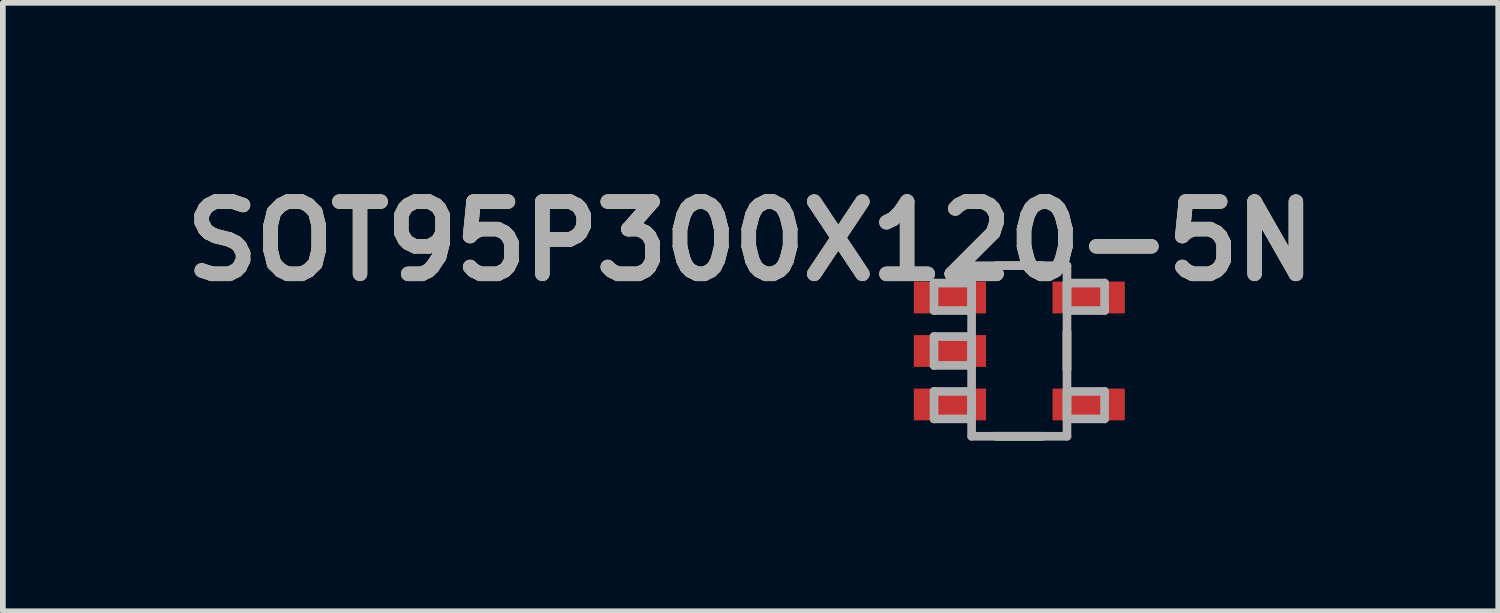
<source format=kicad_pcb>
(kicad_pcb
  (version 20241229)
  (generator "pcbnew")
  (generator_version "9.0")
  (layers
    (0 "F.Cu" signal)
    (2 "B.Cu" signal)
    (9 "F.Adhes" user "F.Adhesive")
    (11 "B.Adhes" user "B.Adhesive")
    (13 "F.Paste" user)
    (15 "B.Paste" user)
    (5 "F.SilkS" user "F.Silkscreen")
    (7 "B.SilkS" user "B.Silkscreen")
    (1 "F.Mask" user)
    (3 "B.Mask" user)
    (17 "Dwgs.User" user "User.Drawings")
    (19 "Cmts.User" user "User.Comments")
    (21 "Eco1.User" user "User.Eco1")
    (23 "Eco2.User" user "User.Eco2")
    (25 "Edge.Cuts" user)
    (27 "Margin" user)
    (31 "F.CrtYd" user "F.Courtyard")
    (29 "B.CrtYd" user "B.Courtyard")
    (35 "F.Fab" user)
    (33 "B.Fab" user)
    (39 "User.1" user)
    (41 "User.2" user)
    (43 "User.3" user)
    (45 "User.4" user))
  (footprint "SOT95P300X120-5N"
    (layer "F.Cu")
    (at 14.866 3.119)
    (property "Reference" "SOT95P300X120-5N" (at -4.724 -1.93 0) (layer "F.SilkS") (effects (font (size 1.27 1.27) (thickness 0.254))))
    (attr smd)
    (fp_line (start -0.406 1.499) (end 0.406 1.499) (stroke (width 0.152) (type solid)) (layer "F.SilkS"))
    (fp_line (start 0.406 -1.499) (end -0.406 -1.499) (stroke (width 0.152) (type solid)) (layer "F.SilkS"))
    (fp_line (start 0.838 0.33) (end 0.838 -0.33) (stroke (width 0.152) (type solid)) (layer "F.SilkS"))
    (fp_line (start -1.499 -1.194) (end -1.499 -0.711) (stroke (width 0.152) (type solid)) (layer "F.Fab"))
    (fp_line (start -1.499 -0.711) (end -0.838 -0.711) (stroke (width 0.152) (type solid)) (layer "F.Fab"))
    (fp_line (start -1.499 -0.254) (end -1.499 0.254) (stroke (width 0.152) (type solid)) (layer "F.Fab"))
    (fp_line (start -1.499 0.254) (end -0.838 0.254) (stroke (width 0.152) (type solid)) (layer "F.Fab"))
    (fp_line (start -1.499 0.711) (end -1.499 1.194) (stroke (width 0.152) (type solid)) (layer "F.Fab"))
    (fp_line (start -1.499 1.194) (end -0.838 1.194) (stroke (width 0.152) (type solid)) (layer "F.Fab"))
    (fp_line (start -0.838 -1.499) (end -0.838 1.499) (stroke (width 0.152) (type solid)) (layer "F.Fab"))
    (fp_line (start -0.838 -1.194) (end -1.499 -1.194) (stroke (width 0.152) (type solid)) (layer "F.Fab"))
    (fp_line (start -0.838 -0.711) (end -0.838 -1.194) (stroke (width 0.152) (type solid)) (layer "F.Fab"))
    (fp_line (start -0.838 -0.254) (end -1.499 -0.254) (stroke (width 0.152) (type solid)) (layer "F.Fab"))
    (fp_line (start -0.838 0.254) (end -0.838 -0.254) (stroke (width 0.152) (type solid)) (layer "F.Fab"))
    (fp_line (start -0.838 0.711) (end -1.499 0.711) (stroke (width 0.152) (type solid)) (layer "F.Fab"))
    (fp_line (start -0.838 1.194) (end -0.838 0.711) (stroke (width 0.152) (type solid)) (layer "F.Fab"))
    (fp_line (start -0.838 1.499) (end 0.838 1.499) (stroke (width 0.152) (type solid)) (layer "F.Fab"))
    (fp_line (start 0.838 -1.499) (end -0.838 -1.499) (stroke (width 0.152) (type solid)) (layer "F.Fab"))
    (fp_line (start 0.838 -1.194) (end 0.838 -0.711) (stroke (width 0.152) (type solid)) (layer "F.Fab"))
    (fp_line (start 0.838 -0.711) (end 1.499 -0.711) (stroke (width 0.152) (type solid)) (layer "F.Fab"))
    (fp_line (start 0.838 0.711) (end 0.838 1.194) (stroke (width 0.152) (type solid)) (layer "F.Fab"))
    (fp_line (start 0.838 1.194) (end 1.499 1.194) (stroke (width 0.152) (type solid)) (layer "F.Fab"))
    (fp_line (start 0.838 1.499) (end 0.838 -1.499) (stroke (width 0.152) (type solid)) (layer "F.Fab"))
    (fp_line (start 1.499 -1.194) (end 0.838 -1.194) (stroke (width 0.152) (type solid)) (layer "F.Fab"))
    (fp_line (start 1.499 -0.711) (end 1.499 -1.194) (stroke (width 0.152) (type solid)) (layer "F.Fab"))
    (fp_line (start 1.499 0.711) (end 0.838 0.711) (stroke (width 0.152) (type solid)) (layer "F.Fab"))
    (fp_line (start 1.499 1.194) (end 1.499 0.711) (stroke (width 0.152) (type solid)) (layer "F.Fab"))
    (fp_text user "${REFERENCE}" (at -4.724 -1.93 0) (layer "F.Fab") (effects (font (size 1.27 1.27) (thickness 0.254))))
    (pad "1" smd rect (at -1.219 -0.94 90) (size 0.559 1.27) (layers "F.Cu" "F.Mask" "F.Paste"))
    (pad "2" smd rect (at -1.219 0 90) (size 0.559 1.27) (layers "F.Cu" "F.Mask" "F.Paste"))
    (pad "3" smd rect (at -1.219 0.94 90) (size 0.559 1.27) (layers "F.Cu" "F.Mask" "F.Paste"))
    (pad "4" smd rect (at 1.219 0.94 90) (size 0.559 1.27) (layers "F.Cu" "F.Mask" "F.Paste"))
    (pad "5" smd rect (at 1.219 -0.94 90) (size 0.559 1.27) (layers "F.Cu" "F.Mask" "F.Paste")))
  (gr_rect
    (start -3 -3)
    (end 23.284 7.694)
    (stroke (width 0.1) (type default))
    (fill no)
    (layer "Edge.Cuts")))
</source>
